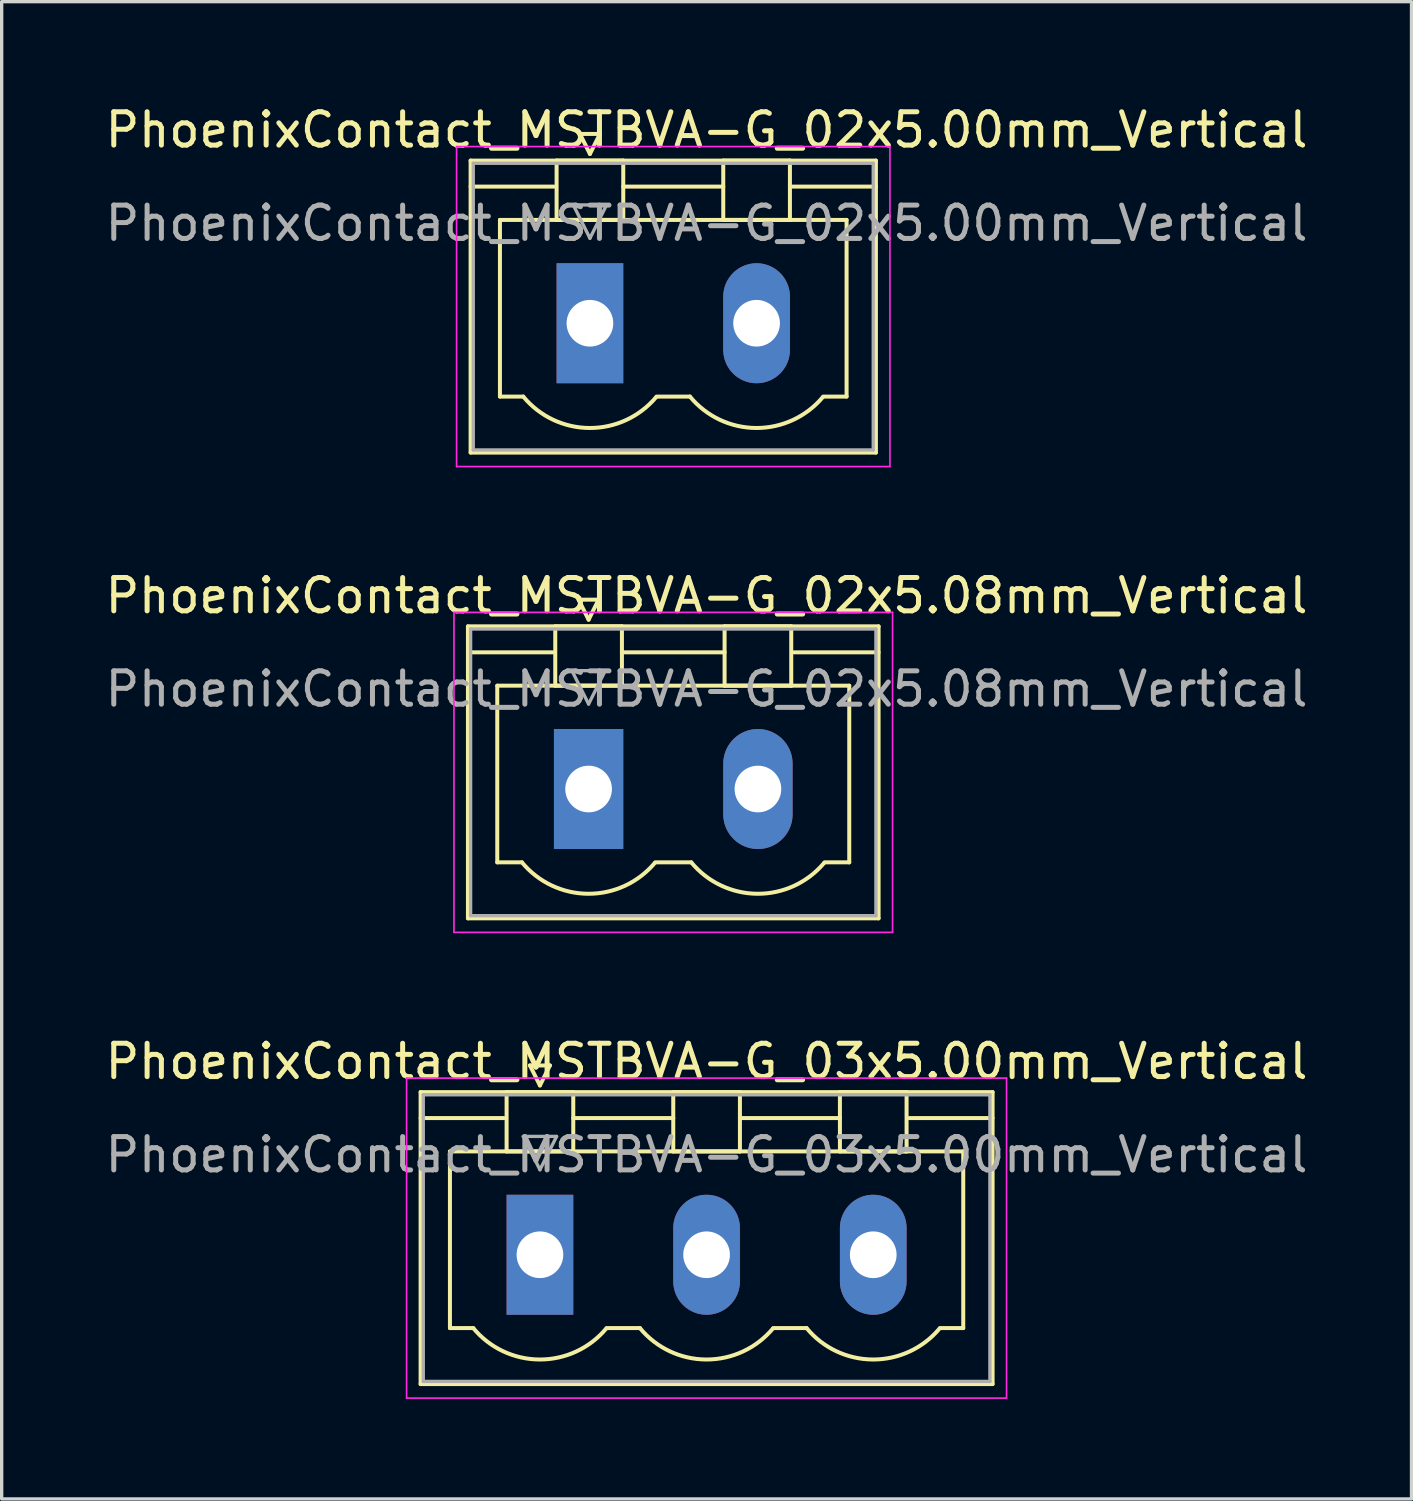
<source format=kicad_pcb>
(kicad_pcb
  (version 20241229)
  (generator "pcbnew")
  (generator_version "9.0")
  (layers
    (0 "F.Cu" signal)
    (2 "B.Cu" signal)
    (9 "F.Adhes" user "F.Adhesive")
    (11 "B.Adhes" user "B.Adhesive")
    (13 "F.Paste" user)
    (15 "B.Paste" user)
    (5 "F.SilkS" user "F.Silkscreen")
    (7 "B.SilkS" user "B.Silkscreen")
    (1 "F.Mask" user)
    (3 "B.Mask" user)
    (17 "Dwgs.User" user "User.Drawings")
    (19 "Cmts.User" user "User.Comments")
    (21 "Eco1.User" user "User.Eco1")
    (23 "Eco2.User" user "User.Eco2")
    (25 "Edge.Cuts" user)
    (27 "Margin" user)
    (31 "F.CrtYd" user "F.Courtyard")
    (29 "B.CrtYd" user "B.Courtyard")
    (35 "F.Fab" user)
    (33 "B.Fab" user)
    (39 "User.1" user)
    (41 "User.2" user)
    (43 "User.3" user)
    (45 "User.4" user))
  (footprint "PhoenixContact_MSTBVA-G_02x5.08mm_Vertical"
    (layer "F.Cu")
    (at 14.609 20.622)
    (property "Reference" "PhoenixContact_MSTBVA-G_02x5.08mm_Vertical" (at 3.54 -5.8 0) (layer "F.SilkS") (effects (font (size 1 1) (thickness 0.15))))
    (attr through_hole)
    (fp_line (start -3.62 -4.88) (end -3.62 3.88) (stroke (width 0.12) (type solid)) (layer "F.SilkS"))
    (fp_line (start -3.62 -4.1) (end -1.08 -4.1) (stroke (width 0.12) (type solid)) (layer "F.SilkS"))
    (fp_line (start -3.62 3.88) (end 8.7 3.88) (stroke (width 0.12) (type solid)) (layer "F.SilkS"))
    (fp_line (start -2.74 -3.1) (end 7.82 -3.1) (stroke (width 0.12) (type solid)) (layer "F.SilkS"))
    (fp_line (start -2.74 2.2) (end -2.74 -3.1) (stroke (width 0.12) (type solid)) (layer "F.SilkS"))
    (fp_line (start -2 2.2) (end -2.74 2.2) (stroke (width 0.12) (type solid)) (layer "F.SilkS"))
    (fp_line (start -1 -4.88) (end 1 -4.88) (stroke (width 0.12) (type solid)) (layer "F.SilkS"))
    (fp_line (start -1 -3.1) (end -1 -4.88) (stroke (width 0.12) (type solid)) (layer "F.SilkS"))
    (fp_line (start -0.3 -5.68) (end 0.3 -5.68) (stroke (width 0.12) (type solid)) (layer "F.SilkS"))
    (fp_line (start 0 -5.08) (end -0.3 -5.68) (stroke (width 0.12) (type solid)) (layer "F.SilkS"))
    (fp_line (start 0.3 -5.68) (end 0 -5.08) (stroke (width 0.12) (type solid)) (layer "F.SilkS"))
    (fp_line (start 1 -4.88) (end 1 -3.1) (stroke (width 0.12) (type solid)) (layer "F.SilkS"))
    (fp_line (start 1 -4.1) (end 4.08 -4.1) (stroke (width 0.12) (type solid)) (layer "F.SilkS"))
    (fp_line (start 1 -3.1) (end -1 -3.1) (stroke (width 0.12) (type solid)) (layer "F.SilkS"))
    (fp_line (start 2 2.2) (end 3.08 2.2) (stroke (width 0.12) (type solid)) (layer "F.SilkS"))
    (fp_line (start 4.08 -4.88) (end 6.08 -4.88) (stroke (width 0.12) (type solid)) (layer "F.SilkS"))
    (fp_line (start 4.08 -3.1) (end 4.08 -4.88) (stroke (width 0.12) (type solid)) (layer "F.SilkS"))
    (fp_line (start 6.08 -4.88) (end 6.08 -3.1) (stroke (width 0.12) (type solid)) (layer "F.SilkS"))
    (fp_line (start 6.08 -3.1) (end 4.08 -3.1) (stroke (width 0.12) (type solid)) (layer "F.SilkS"))
    (fp_line (start 7.82 -3.1) (end 7.82 2.2) (stroke (width 0.12) (type solid)) (layer "F.SilkS"))
    (fp_line (start 7.82 2.2) (end 7.08 2.2) (stroke (width 0.12) (type solid)) (layer "F.SilkS"))
    (fp_line (start 8.7 -4.88) (end -3.62 -4.88) (stroke (width 0.12) (type solid)) (layer "F.SilkS"))
    (fp_line (start 8.7 -4.1) (end 6.16 -4.1) (stroke (width 0.12) (type solid)) (layer "F.SilkS"))
    (fp_line (start 8.7 3.88) (end 8.7 -4.88) (stroke (width 0.12) (type solid)) (layer "F.SilkS"))
    (fp_arc (start 1.986842 2.215821) (mid -0.010289 3.142758) (end -2 2.2) (stroke (width 0.12) (type solid)) (layer "F.SilkS"))
    (fp_arc (start 7.066842 2.215821) (mid 5.069711 3.142758) (end 3.08 2.2) (stroke (width 0.12) (type solid)) (layer "F.SilkS"))
    (fp_line (start -4.04 -5.3) (end -4.04 4.3) (stroke (width 0.05) (type solid)) (layer "F.CrtYd"))
    (fp_line (start -4.04 4.3) (end 9.12 4.3) (stroke (width 0.05) (type solid)) (layer "F.CrtYd"))
    (fp_line (start 9.12 -5.3) (end -4.04 -5.3) (stroke (width 0.05) (type solid)) (layer "F.CrtYd"))
    (fp_line (start 9.12 4.3) (end 9.12 -5.3) (stroke (width 0.05) (type solid)) (layer "F.CrtYd"))
    (fp_line (start -3.54 -4.8) (end -3.54 3.8) (stroke (width 0.1) (type solid)) (layer "F.Fab"))
    (fp_line (start -3.54 3.8) (end 8.62 3.8) (stroke (width 0.1) (type solid)) (layer "F.Fab"))
    (fp_line (start -0.5 -3.55) (end 0.5 -3.55) (stroke (width 0.1) (type solid)) (layer "F.Fab"))
    (fp_line (start 0 -2.55) (end -0.5 -3.55) (stroke (width 0.1) (type solid)) (layer "F.Fab"))
    (fp_line (start 0.5 -3.55) (end 0 -2.55) (stroke (width 0.1) (type solid)) (layer "F.Fab"))
    (fp_line (start 8.62 -4.8) (end -3.54 -4.8) (stroke (width 0.1) (type solid)) (layer "F.Fab"))
    (fp_line (start 8.62 3.8) (end 8.62 -4.8) (stroke (width 0.1) (type solid)) (layer "F.Fab"))
    (fp_text user "${REFERENCE}" (at 3.54 -3 0) (layer "F.Fab") (effects (font (size 1 1) (thickness 0.15))))
    (pad "1" thru_hole rect (at 0 0) (size 2.08 3.6) (drill 1.4) (layers "*.Cu" "*.Mask"))
    (pad "2" thru_hole oval (at 5.08 0) (size 2.08 3.6) (drill 1.4) (layers "*.Cu" "*.Mask")))
  (footprint "PhoenixContact_MSTBVA-G_02x5.00mm_Vertical"
    (layer "F.Cu")
    (at 14.649 6.648)
    (property "Reference" "PhoenixContact_MSTBVA-G_02x5.00mm_Vertical" (at 3.5 -5.8 0) (layer "F.SilkS") (effects (font (size 1 1) (thickness 0.15))))
    (attr through_hole)
    (fp_line (start -3.58 -4.88) (end -3.58 3.88) (stroke (width 0.12) (type solid)) (layer "F.SilkS"))
    (fp_line (start -3.58 -4.1) (end -1.08 -4.1) (stroke (width 0.12) (type solid)) (layer "F.SilkS"))
    (fp_line (start -3.58 3.88) (end 8.58 3.88) (stroke (width 0.12) (type solid)) (layer "F.SilkS"))
    (fp_line (start -2.7 -3.1) (end 7.7 -3.1) (stroke (width 0.12) (type solid)) (layer "F.SilkS"))
    (fp_line (start -2.7 2.2) (end -2.7 -3.1) (stroke (width 0.12) (type solid)) (layer "F.SilkS"))
    (fp_line (start -2 2.2) (end -2.7 2.2) (stroke (width 0.12) (type solid)) (layer "F.SilkS"))
    (fp_line (start -1 -4.88) (end 1 -4.88) (stroke (width 0.12) (type solid)) (layer "F.SilkS"))
    (fp_line (start -1 -3.1) (end -1 -4.88) (stroke (width 0.12) (type solid)) (layer "F.SilkS"))
    (fp_line (start -0.3 -5.68) (end 0.3 -5.68) (stroke (width 0.12) (type solid)) (layer "F.SilkS"))
    (fp_line (start 0 -5.08) (end -0.3 -5.68) (stroke (width 0.12) (type solid)) (layer "F.SilkS"))
    (fp_line (start 0.3 -5.68) (end 0 -5.08) (stroke (width 0.12) (type solid)) (layer "F.SilkS"))
    (fp_line (start 1 -4.88) (end 1 -3.1) (stroke (width 0.12) (type solid)) (layer "F.SilkS"))
    (fp_line (start 1 -4.1) (end 4 -4.1) (stroke (width 0.12) (type solid)) (layer "F.SilkS"))
    (fp_line (start 1 -3.1) (end -1 -3.1) (stroke (width 0.12) (type solid)) (layer "F.SilkS"))
    (fp_line (start 2 2.2) (end 3 2.2) (stroke (width 0.12) (type solid)) (layer "F.SilkS"))
    (fp_line (start 4 -4.88) (end 6 -4.88) (stroke (width 0.12) (type solid)) (layer "F.SilkS"))
    (fp_line (start 4 -3.1) (end 4 -4.88) (stroke (width 0.12) (type solid)) (layer "F.SilkS"))
    (fp_line (start 6 -4.88) (end 6 -3.1) (stroke (width 0.12) (type solid)) (layer "F.SilkS"))
    (fp_line (start 6 -3.1) (end 4 -3.1) (stroke (width 0.12) (type solid)) (layer "F.SilkS"))
    (fp_line (start 7.7 -3.1) (end 7.7 2.2) (stroke (width 0.12) (type solid)) (layer "F.SilkS"))
    (fp_line (start 7.7 2.2) (end 7 2.2) (stroke (width 0.12) (type solid)) (layer "F.SilkS"))
    (fp_line (start 8.58 -4.88) (end -3.58 -4.88) (stroke (width 0.12) (type solid)) (layer "F.SilkS"))
    (fp_line (start 8.58 -4.1) (end 6.08 -4.1) (stroke (width 0.12) (type solid)) (layer "F.SilkS"))
    (fp_line (start 8.58 3.88) (end 8.58 -4.88) (stroke (width 0.12) (type solid)) (layer "F.SilkS"))
    (fp_arc (start 1.986842 2.215821) (mid -0.010289 3.142758) (end -2 2.2) (stroke (width 0.12) (type solid)) (layer "F.SilkS"))
    (fp_arc (start 6.986842 2.215821) (mid 4.989711 3.142758) (end 3 2.2) (stroke (width 0.12) (type solid)) (layer "F.SilkS"))
    (fp_line (start -4 -5.3) (end -4 4.3) (stroke (width 0.05) (type solid)) (layer "F.CrtYd"))
    (fp_line (start -4 4.3) (end 9 4.3) (stroke (width 0.05) (type solid)) (layer "F.CrtYd"))
    (fp_line (start 9 -5.3) (end -4 -5.3) (stroke (width 0.05) (type solid)) (layer "F.CrtYd"))
    (fp_line (start 9 4.3) (end 9 -5.3) (stroke (width 0.05) (type solid)) (layer "F.CrtYd"))
    (fp_line (start -3.5 -4.8) (end -3.5 3.8) (stroke (width 0.1) (type solid)) (layer "F.Fab"))
    (fp_line (start -3.5 3.8) (end 8.5 3.8) (stroke (width 0.1) (type solid)) (layer "F.Fab"))
    (fp_line (start -0.5 -3.55) (end 0.5 -3.55) (stroke (width 0.1) (type solid)) (layer "F.Fab"))
    (fp_line (start 0 -2.55) (end -0.5 -3.55) (stroke (width 0.1) (type solid)) (layer "F.Fab"))
    (fp_line (start 0.5 -3.55) (end 0 -2.55) (stroke (width 0.1) (type solid)) (layer "F.Fab"))
    (fp_line (start 8.5 -4.8) (end -3.5 -4.8) (stroke (width 0.1) (type solid)) (layer "F.Fab"))
    (fp_line (start 8.5 3.8) (end 8.5 -4.8) (stroke (width 0.1) (type solid)) (layer "F.Fab"))
    (fp_text user "${REFERENCE}" (at 3.5 -3 0) (layer "F.Fab") (effects (font (size 1 1) (thickness 0.15))))
    (pad "1" thru_hole rect (at 0 0) (size 2 3.6) (drill 1.4) (layers "*.Cu" "*.Mask"))
    (pad "2" thru_hole oval (at 5 0) (size 2 3.6) (drill 1.4) (layers "*.Cu" "*.Mask")))
  (footprint "PhoenixContact_MSTBVA-G_03x5.00mm_Vertical"
    (layer "F.Cu")
    (at 13.149 34.595)
    (property "Reference" "PhoenixContact_MSTBVA-G_03x5.00mm_Vertical" (at 5 -5.8 0) (layer "F.SilkS") (effects (font (size 1 1) (thickness 0.15))))
    (attr through_hole)
    (fp_line (start -3.58 -4.88) (end -3.58 3.88) (stroke (width 0.12) (type solid)) (layer "F.SilkS"))
    (fp_line (start -3.58 -4.1) (end -1.08 -4.1) (stroke (width 0.12) (type solid)) (layer "F.SilkS"))
    (fp_line (start -3.58 3.88) (end 13.58 3.88) (stroke (width 0.12) (type solid)) (layer "F.SilkS"))
    (fp_line (start -2.7 -3.1) (end 12.7 -3.1) (stroke (width 0.12) (type solid)) (layer "F.SilkS"))
    (fp_line (start -2.7 2.2) (end -2.7 -3.1) (stroke (width 0.12) (type solid)) (layer "F.SilkS"))
    (fp_line (start -2 2.2) (end -2.7 2.2) (stroke (width 0.12) (type solid)) (layer "F.SilkS"))
    (fp_line (start -1 -4.88) (end 1 -4.88) (stroke (width 0.12) (type solid)) (layer "F.SilkS"))
    (fp_line (start -1 -3.1) (end -1 -4.88) (stroke (width 0.12) (type solid)) (layer "F.SilkS"))
    (fp_line (start -0.3 -5.68) (end 0.3 -5.68) (stroke (width 0.12) (type solid)) (layer "F.SilkS"))
    (fp_line (start 0 -5.08) (end -0.3 -5.68) (stroke (width 0.12) (type solid)) (layer "F.SilkS"))
    (fp_line (start 0.3 -5.68) (end 0 -5.08) (stroke (width 0.12) (type solid)) (layer "F.SilkS"))
    (fp_line (start 1 -4.88) (end 1 -3.1) (stroke (width 0.12) (type solid)) (layer "F.SilkS"))
    (fp_line (start 1 -4.1) (end 4 -4.1) (stroke (width 0.12) (type solid)) (layer "F.SilkS"))
    (fp_line (start 1 -3.1) (end -1 -3.1) (stroke (width 0.12) (type solid)) (layer "F.SilkS"))
    (fp_line (start 2 2.2) (end 3 2.2) (stroke (width 0.12) (type solid)) (layer "F.SilkS"))
    (fp_line (start 4 -4.88) (end 6 -4.88) (stroke (width 0.12) (type solid)) (layer "F.SilkS"))
    (fp_line (start 4 -3.1) (end 4 -4.88) (stroke (width 0.12) (type solid)) (layer "F.SilkS"))
    (fp_line (start 6 -4.88) (end 6 -3.1) (stroke (width 0.12) (type solid)) (layer "F.SilkS"))
    (fp_line (start 6 -4.1) (end 9 -4.1) (stroke (width 0.12) (type solid)) (layer "F.SilkS"))
    (fp_line (start 6 -3.1) (end 4 -3.1) (stroke (width 0.12) (type solid)) (layer "F.SilkS"))
    (fp_line (start 7 2.2) (end 8 2.2) (stroke (width 0.12) (type solid)) (layer "F.SilkS"))
    (fp_line (start 9 -4.88) (end 11 -4.88) (stroke (width 0.12) (type solid)) (layer "F.SilkS"))
    (fp_line (start 9 -3.1) (end 9 -4.88) (stroke (width 0.12) (type solid)) (layer "F.SilkS"))
    (fp_line (start 11 -4.88) (end 11 -3.1) (stroke (width 0.12) (type solid)) (layer "F.SilkS"))
    (fp_line (start 11 -3.1) (end 9 -3.1) (stroke (width 0.12) (type solid)) (layer "F.SilkS"))
    (fp_line (start 12.7 -3.1) (end 12.7 2.2) (stroke (width 0.12) (type solid)) (layer "F.SilkS"))
    (fp_line (start 12.7 2.2) (end 12 2.2) (stroke (width 0.12) (type solid)) (layer "F.SilkS"))
    (fp_line (start 13.58 -4.88) (end -3.58 -4.88) (stroke (width 0.12) (type solid)) (layer "F.SilkS"))
    (fp_line (start 13.58 -4.1) (end 11.08 -4.1) (stroke (width 0.12) (type solid)) (layer "F.SilkS"))
    (fp_line (start 13.58 3.88) (end 13.58 -4.88) (stroke (width 0.12) (type solid)) (layer "F.SilkS"))
    (fp_arc (start 1.986842 2.215821) (mid -0.010289 3.142758) (end -2 2.2) (stroke (width 0.12) (type solid)) (layer "F.SilkS"))
    (fp_arc (start 6.986842 2.215821) (mid 4.989711 3.142758) (end 3 2.2) (stroke (width 0.12) (type solid)) (layer "F.SilkS"))
    (fp_arc (start 11.986842 2.215821) (mid 9.989711 3.142758) (end 8 2.2) (stroke (width 0.12) (type solid)) (layer "F.SilkS"))
    (fp_line (start -4 -5.3) (end -4 4.3) (stroke (width 0.05) (type solid)) (layer "F.CrtYd"))
    (fp_line (start -4 4.3) (end 14 4.3) (stroke (width 0.05) (type solid)) (layer "F.CrtYd"))
    (fp_line (start 14 -5.3) (end -4 -5.3) (stroke (width 0.05) (type solid)) (layer "F.CrtYd"))
    (fp_line (start 14 4.3) (end 14 -5.3) (stroke (width 0.05) (type solid)) (layer "F.CrtYd"))
    (fp_line (start -3.5 -4.8) (end -3.5 3.8) (stroke (width 0.1) (type solid)) (layer "F.Fab"))
    (fp_line (start -3.5 3.8) (end 13.5 3.8) (stroke (width 0.1) (type solid)) (layer "F.Fab"))
    (fp_line (start -0.5 -3.55) (end 0.5 -3.55) (stroke (width 0.1) (type solid)) (layer "F.Fab"))
    (fp_line (start 0 -2.55) (end -0.5 -3.55) (stroke (width 0.1) (type solid)) (layer "F.Fab"))
    (fp_line (start 0.5 -3.55) (end 0 -2.55) (stroke (width 0.1) (type solid)) (layer "F.Fab"))
    (fp_line (start 13.5 -4.8) (end -3.5 -4.8) (stroke (width 0.1) (type solid)) (layer "F.Fab"))
    (fp_line (start 13.5 3.8) (end 13.5 -4.8) (stroke (width 0.1) (type solid)) (layer "F.Fab"))
    (fp_text user "${REFERENCE}" (at 5 -3 0) (layer "F.Fab") (effects (font (size 1 1) (thickness 0.15))))
    (pad "1" thru_hole rect (at 0 0) (size 2 3.6) (drill 1.4) (layers "*.Cu" "*.Mask"))
    (pad "2" thru_hole oval (at 5 0) (size 2 3.6) (drill 1.4) (layers "*.Cu" "*.Mask"))
    (pad "3" thru_hole oval (at 10 0) (size 2 3.6) (drill 1.4) (layers "*.Cu" "*.Mask")))
  (gr_rect
    (start -3 -3)
    (end 39.298 41.92)
    (stroke (width 0.1) (type default))
    (fill no)
    (layer "Edge.Cuts")))
</source>
